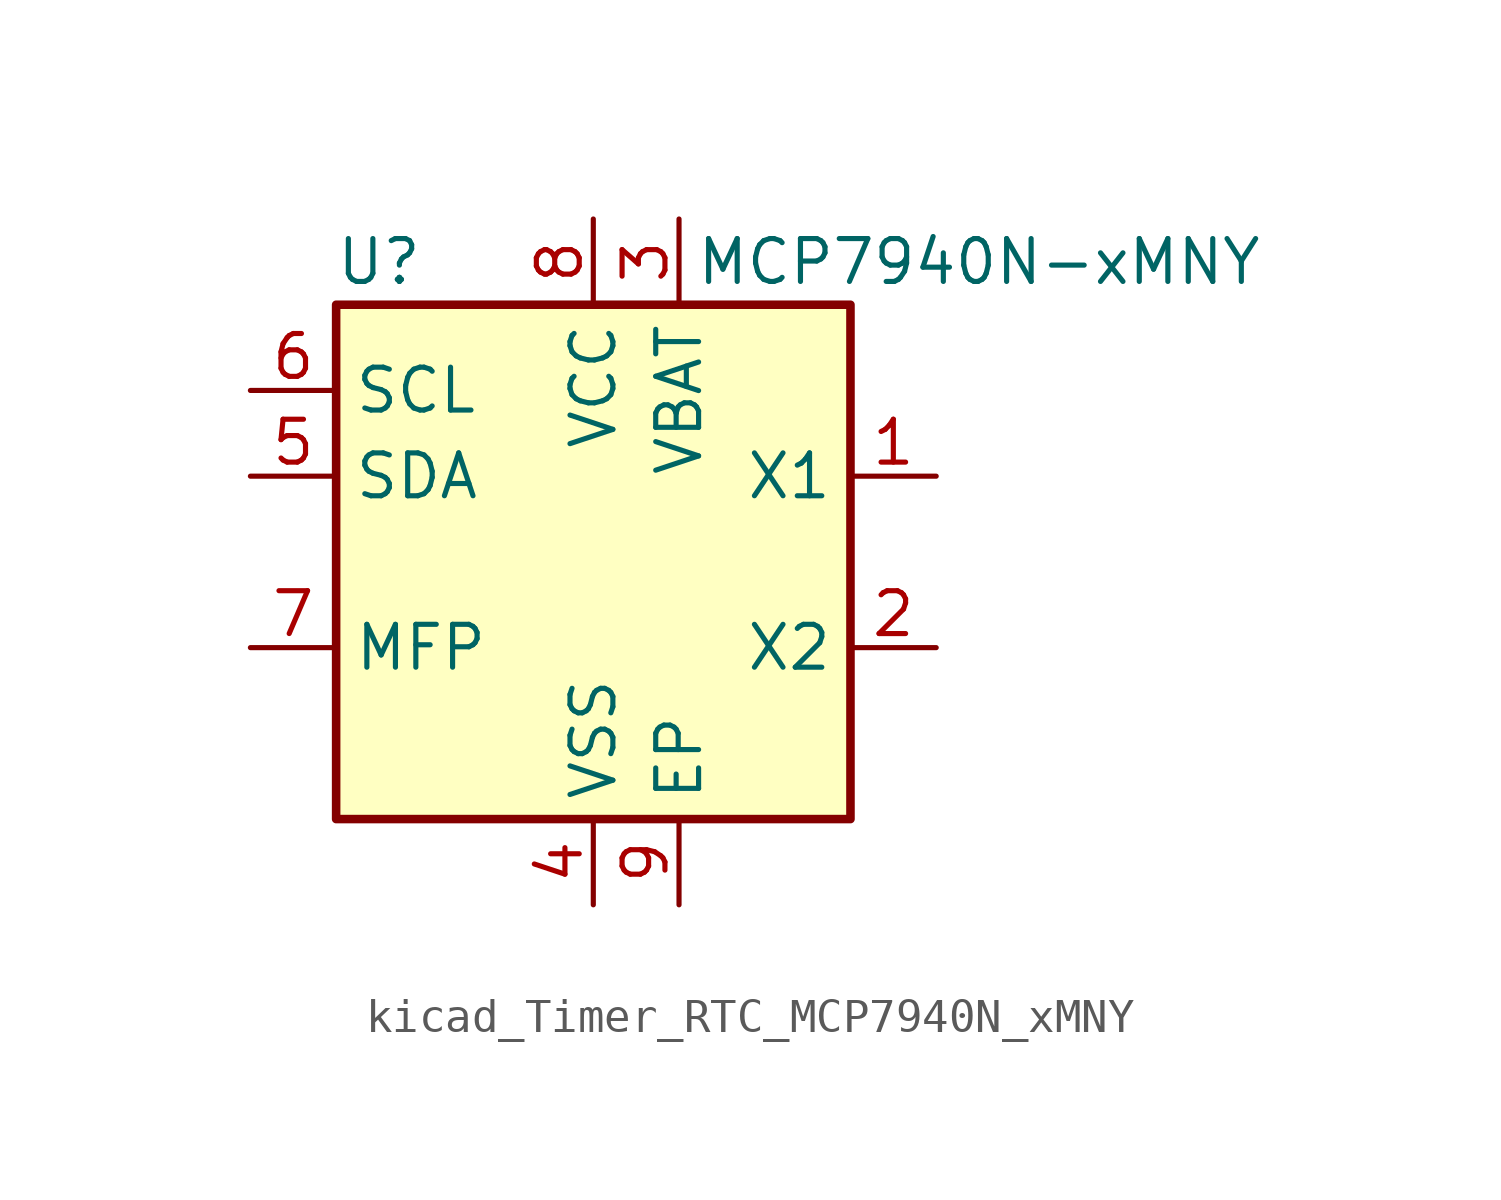
<source format=kicad_sym>
(kicad_symbol_lib
  (version 20220914)
  (generator kicad_symbol_editor)
  (symbol "kicad_Timer_RTC_MCP7940N_xMNY"
    (property "Reference" "U"
      (at -6.35 8.89 0)
      (effects (font (size 1.27 1.27))))
    (property "Value" "MCP7940N-xMNY"
      (at 11.43 8.89 0)
      (effects (font (size 1.27 1.27))))
    (symbol "kicad_Timer_RTC_MCP7940N_xMNY_0_1"
      (rectangle (start -7.62 7.62) (end 7.62 -7.62) (stroke (width 0.254) (type default)) (fill (type background))))
    (symbol "kicad_Timer_RTC_MCP7940N_xMNY_1_1"
      (pin input line (at 10.16 2.54 180) (length 2.54) (name "X1" (effects (font (size 1.27 1.27)))) (number "1" (effects (font (size 1.27 1.27)))))
      (pin output line (at 10.16 -2.54 180) (length 2.54) (name "X2" (effects (font (size 1.27 1.27)))) (number "2" (effects (font (size 1.27 1.27)))))
      (pin power_in line (at 2.54 10.16 270) (length 2.54) (name "VBAT" (effects (font (size 1.27 1.27)))) (number "3" (effects (font (size 1.27 1.27)))))
      (pin power_in line (at 0 -10.16 90) (length 2.54) (name "VSS" (effects (font (size 1.27 1.27)))) (number "4" (effects (font (size 1.27 1.27)))))
      (pin bidirectional line (at -10.16 2.54 0) (length 2.54) (name "SDA" (effects (font (size 1.27 1.27)))) (number "5" (effects (font (size 1.27 1.27)))))
      (pin input line (at -10.16 5.08 0) (length 2.54) (name "SCL" (effects (font (size 1.27 1.27)))) (number "6" (effects (font (size 1.27 1.27)))))
      (pin open_collector line (at -10.16 -2.54 0) (length 2.54) (name "MFP" (effects (font (size 1.27 1.27)))) (number "7" (effects (font (size 1.27 1.27)))))
      (pin power_in line (at 0 10.16 270) (length 2.54) (name "VCC" (effects (font (size 1.27 1.27)))) (number "8" (effects (font (size 1.27 1.27)))))
      (pin power_in line (at 2.54 -10.16 90) (length 2.54) (name "EP" (effects (font (size 1.27 1.27)))) (number "9" (effects (font (size 1.27 1.27))))))))
</source>
